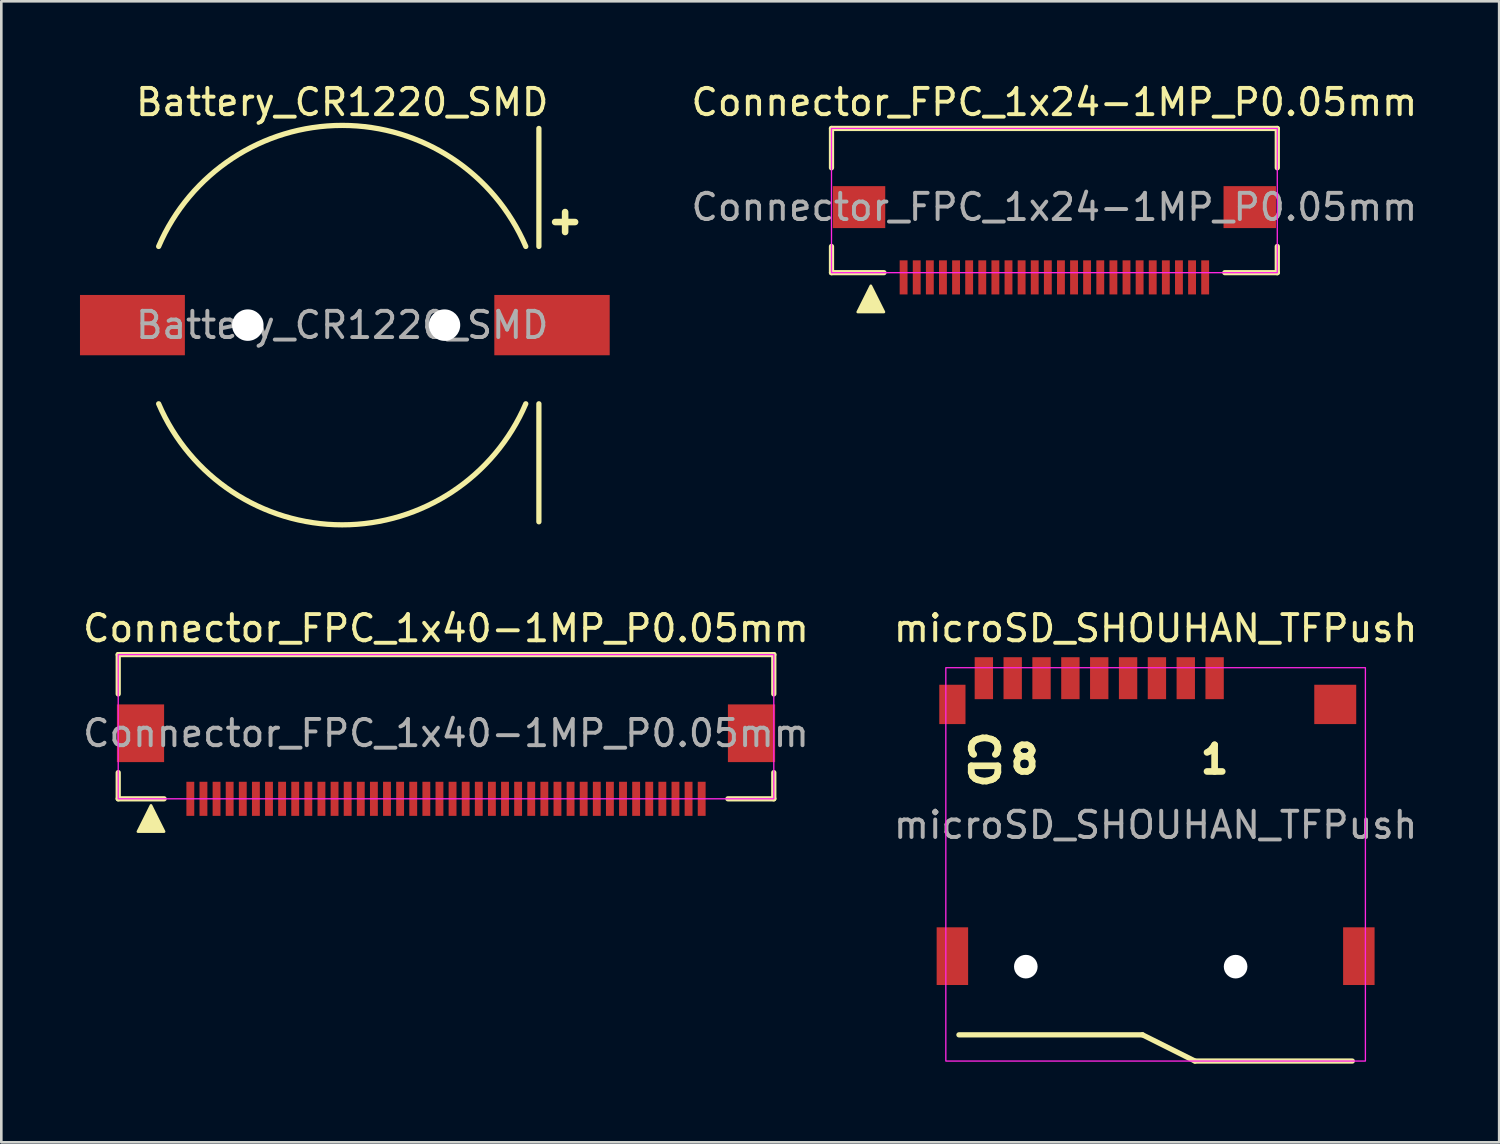
<source format=kicad_pcb>
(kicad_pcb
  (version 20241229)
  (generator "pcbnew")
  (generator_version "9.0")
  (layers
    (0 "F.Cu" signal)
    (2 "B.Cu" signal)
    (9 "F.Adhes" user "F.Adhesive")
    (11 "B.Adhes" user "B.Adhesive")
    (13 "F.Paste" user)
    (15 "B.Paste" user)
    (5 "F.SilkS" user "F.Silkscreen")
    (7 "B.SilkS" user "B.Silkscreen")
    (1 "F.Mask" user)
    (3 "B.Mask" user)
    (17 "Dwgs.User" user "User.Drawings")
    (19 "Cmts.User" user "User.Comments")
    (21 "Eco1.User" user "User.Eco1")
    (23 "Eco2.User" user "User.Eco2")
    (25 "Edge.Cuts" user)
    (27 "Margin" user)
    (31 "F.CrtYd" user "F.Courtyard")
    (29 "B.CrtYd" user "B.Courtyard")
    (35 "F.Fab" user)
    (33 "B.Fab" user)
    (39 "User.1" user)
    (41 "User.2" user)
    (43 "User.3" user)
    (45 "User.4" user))
  (footprint "microSD_SHOUHAN_TFPush"
    (layer "F.Cu")
    (at 41.018 33.412)
    (property "Reference" "microSD_SHOUHAN_TFPush" (at 0 -12.5 0) (layer "F.SilkS") (effects (font (size 1 1) (thickness 0.15))))
    (attr smd)
    (fp_line (start -0.5 3) (end -7.5 3) (stroke (width 0.2) (type default)) (layer "F.SilkS"))
    (fp_line (start 1.5 4) (end -0.5 3) (stroke (width 0.2) (type default)) (layer "F.SilkS"))
    (fp_line (start 7.5 4) (end 1.5 4) (stroke (width 0.2) (type default)) (layer "F.SilkS"))
    (fp_rect (start -8 -11) (end 8 4) (stroke (width 0.05) (type default)) (fill no) (layer "F.CrtYd"))
    (fp_text user "1" (at 2.25 -7.5 0) (unlocked yes) (layer "F.SilkS") (effects (font (size 1.016 1.016) (thickness 0.254))))
    (fp_text user "8" (at -5 -7.5 0) (unlocked yes) (layer "F.SilkS") (effects (font (size 1.016 1.016) (thickness 0.254))))
    (fp_text user "CD" (at -6.575 -7.5 270) (unlocked yes) (layer "F.SilkS") (effects (font (size 1.016 1.016) (thickness 0.254))))
    (fp_text user "${REFERENCE}" (at 0 -5 0) (unlocked yes) (layer "F.Fab") (effects (font (size 1 1) (thickness 0.15))))
    (pad "" np_thru_hole circle (at -4.95 0.4) (size 0.9 0.9) (drill 0.9) (layers "*.Cu" "*.Mask"))
    (pad "" np_thru_hole circle (at 3.05 0.4) (size 0.9 0.9) (drill 0.9) (layers "*.Cu" "*.Mask"))
    (pad "1" smd rect (at 2.25 -10.6) (size 0.7 1.6) (layers "F.Cu" "F.Mask" "F.Paste"))
    (pad "2" smd rect (at 1.15 -10.6) (size 0.7 1.6) (layers "F.Cu" "F.Mask" "F.Paste"))
    (pad "3" smd rect (at 0.05 -10.6) (size 0.7 1.6) (layers "F.Cu" "F.Mask" "F.Paste"))
    (pad "4" smd rect (at -1.05 -10.6) (size 0.7 1.6) (layers "F.Cu" "F.Mask" "F.Paste"))
    (pad "5" smd rect (at -2.15 -10.6) (size 0.7 1.6) (layers "F.Cu" "F.Mask" "F.Paste"))
    (pad "6" smd rect (at -3.25 -10.6) (size 0.7 1.6) (layers "F.Cu" "F.Mask" "F.Paste"))
    (pad "7" smd rect (at -4.35 -10.6) (size 0.7 1.6) (layers "F.Cu" "F.Mask" "F.Paste"))
    (pad "8" smd rect (at -5.45 -10.6) (size 0.7 1.6) (layers "F.Cu" "F.Mask" "F.Paste"))
    (pad "9" smd rect (at -6.55 -10.6) (size 0.7 1.6) (layers "F.Cu" "F.Mask" "F.Paste"))
    (pad "10" smd rect (at -7.75 -9.6) (size 1 1.5) (layers "F.Cu" "F.Mask" "F.Paste"))
    (pad "10" smd rect (at -7.75 0) (size 1.2 2.2) (layers "F.Cu" "F.Mask" "F.Paste"))
    (pad "10" smd rect (at 6.85 -9.6) (size 1.6 1.5) (layers "F.Cu" "F.Mask" "F.Paste"))
    (pad "10" smd rect (at 7.75 0) (size 1.2 2.2) (layers "F.Cu" "F.Mask" "F.Paste")))
  (footprint "Connector_FPC_1x24-1MP_P0.05mm"
    (layer "F.Cu")
    (at 37.158 4.848)
    (property "Reference" "Connector_FPC_1x24-1MP_P0.05mm" (at 0 -4 0) (layer "F.SilkS") (effects (font (size 1 1) (thickness 0.15))))
    (attr smd)
    (fp_line (start -8.5 -3) (end 8.5 -3) (stroke (width 0.2) (type default)) (layer "F.SilkS"))
    (fp_line (start -8.5 -1.5) (end -8.5 -3) (stroke (width 0.2) (type default)) (layer "F.SilkS"))
    (fp_line (start -8.5 1.5) (end -8.5 2.5) (stroke (width 0.2) (type default)) (layer "F.SilkS"))
    (fp_line (start -8.5 2.5) (end -6.5 2.5) (stroke (width 0.2) (type default)) (layer "F.SilkS"))
    (fp_line (start 6.5 2.5) (end 8.5 2.5) (stroke (width 0.2) (type default)) (layer "F.SilkS"))
    (fp_line (start 8.5 -1.5) (end 8.5 -3) (stroke (width 0.2) (type default)) (layer "F.SilkS"))
    (fp_line (start 8.5 1.5) (end 8.5 2.5) (stroke (width 0.2) (type default)) (layer "F.SilkS"))
    (fp_poly (pts (xy -7 3) (xy -7.5 4) (xy -6.5 4)) (stroke (width 0.1) (type solid)) (fill yes) (layer "F.SilkS"))
    (fp_rect (start -8.5 -3) (end 8.5 2.5) (stroke (width 0.05) (type default)) (fill no) (layer "F.CrtYd"))
    (fp_text user "${REFERENCE}" (at 0 0 0) (unlocked yes) (layer "F.Fab") (effects (font (size 1 1) (thickness 0.15))))
    (pad "1" smd rect (at -5.75 2.68) (size 0.3 1.3) (layers "F.Cu" "F.Mask" "F.Paste"))
    (pad "2" smd rect (at -5.25 2.68) (size 0.3 1.3) (layers "F.Cu" "F.Mask" "F.Paste"))
    (pad "3" smd rect (at -4.75 2.68) (size 0.3 1.3) (layers "F.Cu" "F.Mask" "F.Paste"))
    (pad "4" smd rect (at -4.25 2.68) (size 0.3 1.3) (layers "F.Cu" "F.Mask" "F.Paste"))
    (pad "5" smd rect (at -3.75 2.68) (size 0.3 1.3) (layers "F.Cu" "F.Mask" "F.Paste"))
    (pad "6" smd rect (at -3.25 2.68) (size 0.3 1.3) (layers "F.Cu" "F.Mask" "F.Paste"))
    (pad "7" smd rect (at -2.75 2.68) (size 0.3 1.3) (layers "F.Cu" "F.Mask" "F.Paste"))
    (pad "8" smd rect (at -2.25 2.68) (size 0.3 1.3) (layers "F.Cu" "F.Mask" "F.Paste"))
    (pad "9" smd rect (at -1.75 2.68) (size 0.3 1.3) (layers "F.Cu" "F.Mask" "F.Paste"))
    (pad "10" smd rect (at -1.25 2.68) (size 0.3 1.3) (layers "F.Cu" "F.Mask" "F.Paste"))
    (pad "11" smd rect (at -0.75 2.68) (size 0.3 1.3) (layers "F.Cu" "F.Mask" "F.Paste"))
    (pad "12" smd rect (at -0.25 2.68) (size 0.3 1.3) (layers "F.Cu" "F.Mask" "F.Paste"))
    (pad "13" smd rect (at 0.25 2.68) (size 0.3 1.3) (layers "F.Cu" "F.Mask" "F.Paste"))
    (pad "14" smd rect (at 0.75 2.68) (size 0.3 1.3) (layers "F.Cu" "F.Mask" "F.Paste"))
    (pad "15" smd rect (at 1.247 2.68) (size 0.3 1.3) (layers "F.Cu" "F.Mask" "F.Paste"))
    (pad "16" smd rect (at 1.75 2.68) (size 0.3 1.3) (layers "F.Cu" "F.Mask" "F.Paste"))
    (pad "17" smd rect (at 2.25 2.68) (size 0.3 1.3) (layers "F.Cu" "F.Mask" "F.Paste"))
    (pad "18" smd rect (at 2.75 2.68) (size 0.3 1.3) (layers "F.Cu" "F.Mask" "F.Paste"))
    (pad "19" smd rect (at 3.25 2.68) (size 0.3 1.3) (layers "F.Cu" "F.Mask" "F.Paste"))
    (pad "20" smd rect (at 3.75 2.68) (size 0.3 1.3) (layers "F.Cu" "F.Mask" "F.Paste"))
    (pad "21" smd rect (at 4.25 2.68) (size 0.3 1.3) (layers "F.Cu" "F.Mask" "F.Paste"))
    (pad "22" smd rect (at 4.75 2.68) (size 0.3 1.3) (layers "F.Cu" "F.Mask" "F.Paste"))
    (pad "23" smd rect (at 5.25 2.68) (size 0.3 1.3) (layers "F.Cu" "F.Mask" "F.Paste"))
    (pad "24" smd rect (at 5.75 2.68) (size 0.3 1.3) (layers "F.Cu" "F.Mask" "F.Paste"))
    (pad "MP" smd rect (at -7.45 0) (size 2 1.6) (layers "F.Cu" "F.Mask" "F.Paste"))
    (pad "MP" smd rect (at 7.45 0) (size 2 1.6) (layers "F.Cu" "F.Mask" "F.Paste")))
  (footprint "Connector_FPC_1x40-1MP_P0.05mm"
    (layer "F.Cu")
    (at 13.958 24.912)
    (property "Reference" "Connector_FPC_1x40-1MP_P0.05mm" (at 0 -4 0) (layer "F.SilkS") (effects (font (size 1 1) (thickness 0.15))))
    (attr smd)
    (fp_line (start -12.5 -3) (end 12.5 -3) (stroke (width 0.2) (type default)) (layer "F.SilkS"))
    (fp_line (start -12.5 -1.5) (end -12.5 -3) (stroke (width 0.2) (type default)) (layer "F.SilkS"))
    (fp_line (start -12.5 1.5) (end -12.5 2.5) (stroke (width 0.2) (type default)) (layer "F.SilkS"))
    (fp_line (start -12.5 2.5) (end -10.75 2.5) (stroke (width 0.2) (type default)) (layer "F.SilkS"))
    (fp_line (start 10.75 2.5) (end 12.5 2.5) (stroke (width 0.2) (type default)) (layer "F.SilkS"))
    (fp_line (start 12.5 -1.5) (end 12.5 -3) (stroke (width 0.2) (type default)) (layer "F.SilkS"))
    (fp_line (start 12.5 1.5) (end 12.5 2.5) (stroke (width 0.2) (type default)) (layer "F.SilkS"))
    (fp_poly (pts (xy -11.25 2.75) (xy -11.75 3.75) (xy -10.75 3.75)) (stroke (width 0.1) (type solid)) (fill yes) (layer "F.SilkS"))
    (fp_rect (start -12.5 -3) (end 12.5 2.5) (stroke (width 0.05) (type default)) (fill no) (layer "F.CrtYd"))
    (fp_text user "${REFERENCE}" (at 0 0 0) (unlocked yes) (layer "F.Fab") (effects (font (size 1 1) (thickness 0.15))))
    (pad "1" smd rect (at -9.75 2.5) (size 0.3 1.3) (layers "F.Cu" "F.Mask" "F.Paste"))
    (pad "2" smd rect (at -9.25 2.5) (size 0.3 1.3) (layers "F.Cu" "F.Mask" "F.Paste"))
    (pad "3" smd rect (at -8.75 2.5) (size 0.3 1.3) (layers "F.Cu" "F.Mask" "F.Paste"))
    (pad "4" smd rect (at -8.25 2.5) (size 0.3 1.3) (layers "F.Cu" "F.Mask" "F.Paste"))
    (pad "5" smd rect (at -7.75 2.5) (size 0.3 1.3) (layers "F.Cu" "F.Mask" "F.Paste"))
    (pad "6" smd rect (at -7.25 2.5) (size 0.3 1.3) (layers "F.Cu" "F.Mask" "F.Paste"))
    (pad "7" smd rect (at -6.75 2.5) (size 0.3 1.3) (layers "F.Cu" "F.Mask" "F.Paste"))
    (pad "8" smd rect (at -6.25 2.5) (size 0.3 1.3) (layers "F.Cu" "F.Mask" "F.Paste"))
    (pad "9" smd rect (at -5.75 2.5) (size 0.3 1.3) (layers "F.Cu" "F.Mask" "F.Paste"))
    (pad "10" smd rect (at -5.25 2.5) (size 0.3 1.3) (layers "F.Cu" "F.Mask" "F.Paste"))
    (pad "11" smd rect (at -4.75 2.5) (size 0.3 1.3) (layers "F.Cu" "F.Mask" "F.Paste"))
    (pad "12" smd rect (at -4.25 2.5) (size 0.3 1.3) (layers "F.Cu" "F.Mask" "F.Paste"))
    (pad "13" smd rect (at -3.75 2.5) (size 0.3 1.3) (layers "F.Cu" "F.Mask" "F.Paste"))
    (pad "14" smd rect (at -3.25 2.5) (size 0.3 1.3) (layers "F.Cu" "F.Mask" "F.Paste"))
    (pad "15" smd rect (at -2.75 2.5) (size 0.3 1.3) (layers "F.Cu" "F.Mask" "F.Paste"))
    (pad "16" smd rect (at -2.25 2.5) (size 0.3 1.3) (layers "F.Cu" "F.Mask" "F.Paste"))
    (pad "17" smd rect (at -1.75 2.5) (size 0.3 1.3) (layers "F.Cu" "F.Mask" "F.Paste"))
    (pad "18" smd rect (at -1.25 2.5) (size 0.3 1.3) (layers "F.Cu" "F.Mask" "F.Paste"))
    (pad "19" smd rect (at -0.75 2.5) (size 0.3 1.3) (layers "F.Cu" "F.Mask" "F.Paste"))
    (pad "20" smd rect (at -0.25 2.5) (size 0.3 1.3) (layers "F.Cu" "F.Mask" "F.Paste"))
    (pad "21" smd rect (at 0.25 2.5) (size 0.3 1.3) (layers "F.Cu" "F.Mask" "F.Paste"))
    (pad "22" smd rect (at 0.75 2.5) (size 0.3 1.3) (layers "F.Cu" "F.Mask" "F.Paste"))
    (pad "23" smd rect (at 1.25 2.5) (size 0.3 1.3) (layers "F.Cu" "F.Mask" "F.Paste"))
    (pad "24" smd rect (at 1.75 2.5) (size 0.3 1.3) (layers "F.Cu" "F.Mask" "F.Paste"))
    (pad "25" smd rect (at 2.25 2.5) (size 0.3 1.3) (layers "F.Cu" "F.Mask" "F.Paste"))
    (pad "26" smd rect (at 2.75 2.5) (size 0.3 1.3) (layers "F.Cu" "F.Mask" "F.Paste"))
    (pad "27" smd rect (at 3.25 2.5) (size 0.3 1.3) (layers "F.Cu" "F.Mask" "F.Paste"))
    (pad "28" smd rect (at 3.75 2.5) (size 0.3 1.3) (layers "F.Cu" "F.Mask" "F.Paste"))
    (pad "29" smd rect (at 4.25 2.5) (size 0.3 1.3) (layers "F.Cu" "F.Mask" "F.Paste"))
    (pad "30" smd rect (at 4.75 2.5) (size 0.3 1.3) (layers "F.Cu" "F.Mask" "F.Paste"))
    (pad "31" smd rect (at 5.25 2.5) (size 0.3 1.3) (layers "F.Cu" "F.Mask" "F.Paste"))
    (pad "32" smd rect (at 5.75 2.5) (size 0.3 1.3) (layers "F.Cu" "F.Mask" "F.Paste"))
    (pad "33" smd rect (at 6.25 2.5) (size 0.3 1.3) (layers "F.Cu" "F.Mask" "F.Paste"))
    (pad "34" smd rect (at 6.75 2.5) (size 0.3 1.3) (layers "F.Cu" "F.Mask" "F.Paste"))
    (pad "35" smd rect (at 7.25 2.5) (size 0.3 1.3) (layers "F.Cu" "F.Mask" "F.Paste"))
    (pad "36" smd rect (at 7.75 2.5) (size 0.3 1.3) (layers "F.Cu" "F.Mask" "F.Paste"))
    (pad "37" smd rect (at 8.25 2.5) (size 0.3 1.3) (layers "F.Cu" "F.Mask" "F.Paste"))
    (pad "38" smd rect (at 8.75 2.5) (size 0.3 1.3) (layers "F.Cu" "F.Mask" "F.Paste"))
    (pad "39" smd rect (at 9.25 2.5) (size 0.3 1.3) (layers "F.Cu" "F.Mask" "F.Paste"))
    (pad "40" smd rect (at 9.75 2.5) (size 0.3 1.3) (layers "F.Cu" "F.Mask" "F.Paste"))
    (pad "MP" smd rect (at -11.65 0) (size 1.8 2.2) (layers "F.Cu" "F.Mask" "F.Paste"))
    (pad "MP" smd rect (at 11.65 0) (size 1.8 2.2) (layers "F.Cu" "F.Mask" "F.Paste")))
  (footprint "Battery_CR1220_SMD"
    (layer "F.Cu")
    (at 10 9.348)
    (property "Reference" "Battery_CR1220_SMD" (at 0 -8.5 0) (unlocked yes) (layer "F.SilkS") (effects (font (size 1 1) (thickness 0.15))))
    (attr smd)
    (fp_line (start 7.5 -7.5) (end 7.5 -3) (stroke (width 0.2) (type default)) (layer "F.SilkS"))
    (fp_line (start 7.5 3) (end 7.5 7.5) (stroke (width 0.2) (type default)) (layer "F.SilkS"))
    (fp_arc (start -7 -3) (mid 0 -7.615773) (end 7 -3) (stroke (width 0.2) (type default)) (layer "F.SilkS"))
    (fp_arc (start 7 3) (mid 0 7.615773) (end -7 3) (stroke (width 0.2) (type default)) (layer "F.SilkS"))
    (fp_text user "+" (at 8.5 -4 0) (unlocked yes) (layer "F.SilkS") (effects (font (size 1 1) (thickness 0.25) (bold yes))))
    (fp_text user "${REFERENCE}" (at 0 0 0) (unlocked yes) (layer "F.Fab") (effects (font (size 1 1) (thickness 0.15))))
    (pad "" np_thru_hole circle (at -3.6 0) (size 1.2 1.2) (drill 1.2) (layers "*.Cu" "*.Mask"))
    (pad "" np_thru_hole circle (at 3.9 0) (size 1.2 1.2) (drill 1.2) (layers "*.Cu" "*.Mask"))
    (pad "1" smd rect (at 8 0) (size 4.4 2.3) (layers "F.Cu" "F.Mask" "F.Paste"))
    (pad "2" smd rect (at -8 0) (size 4 2.3) (layers "F.Cu" "F.Mask" "F.Paste")))
  (gr_rect
    (start -3 -3)
    (end 54.119 40.512)
    (stroke (width 0.1) (type default))
    (fill no)
    (layer "Edge.Cuts")))
</source>
